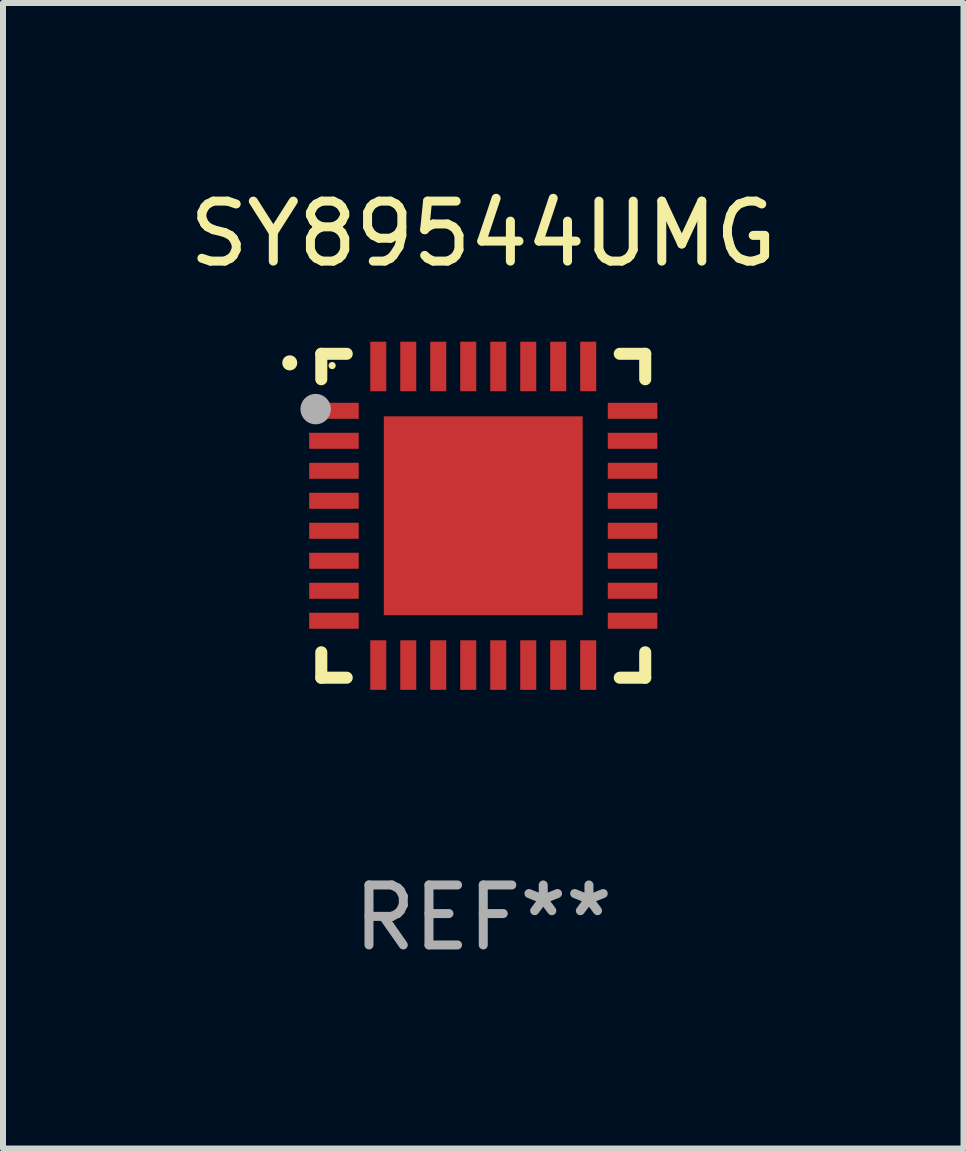
<source format=kicad_pcb>
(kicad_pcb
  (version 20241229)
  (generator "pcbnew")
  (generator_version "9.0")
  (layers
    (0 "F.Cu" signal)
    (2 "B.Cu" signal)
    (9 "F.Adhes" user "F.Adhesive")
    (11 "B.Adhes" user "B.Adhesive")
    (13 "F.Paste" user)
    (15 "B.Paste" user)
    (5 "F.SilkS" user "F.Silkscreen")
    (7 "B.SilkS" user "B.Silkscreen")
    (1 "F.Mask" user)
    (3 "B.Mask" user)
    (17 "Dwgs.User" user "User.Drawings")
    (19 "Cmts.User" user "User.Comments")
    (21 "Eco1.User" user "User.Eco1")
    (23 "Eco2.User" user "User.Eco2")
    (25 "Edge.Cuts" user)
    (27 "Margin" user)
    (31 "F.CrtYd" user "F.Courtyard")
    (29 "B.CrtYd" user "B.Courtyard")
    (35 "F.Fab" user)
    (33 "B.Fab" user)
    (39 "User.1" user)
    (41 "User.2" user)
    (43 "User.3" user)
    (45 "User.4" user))
  (footprint "SY89544UMG"
    (layer "F.Cu")
    (at 5.006 5.548)
    (property "Reference" "SY89544UMG" (at 0 -4.7 0) (layer "F.SilkS") (effects (font (size 1 1) (thickness 0.15))))
    (attr through_hole)
    (fp_line (start -2.7 -2.7) (end -2.276 -2.7) (stroke (width 0.201) (type solid)) (layer "F.SilkS"))
    (fp_line (start -2.7 -2.276) (end -2.7 -2.7) (stroke (width 0.201) (type solid)) (layer "F.SilkS"))
    (fp_line (start -2.7 2.276) (end -2.7 2.7) (stroke (width 0.201) (type solid)) (layer "F.SilkS"))
    (fp_line (start -2.7 2.7) (end -2.276 2.7) (stroke (width 0.201) (type solid)) (layer "F.SilkS"))
    (fp_line (start 2.276 2.7) (end 2.7 2.7) (stroke (width 0.201) (type solid)) (layer "F.SilkS"))
    (fp_line (start 2.7 -2.7) (end 2.276 -2.7) (stroke (width 0.201) (type solid)) (layer "F.SilkS"))
    (fp_line (start 2.7 -2.276) (end 2.7 -2.7) (stroke (width 0.201) (type solid)) (layer "F.SilkS"))
    (fp_line (start 2.7 2.7) (end 2.7 2.276) (stroke (width 0.201) (type solid)) (layer "F.SilkS"))
    (fp_arc (start -3.225806 -2.547625) (mid -3.225812 -2.548895) (end -3.225806 -2.550165) (stroke (width 0.24892) (type solid)) (layer "F.SilkS"))
    (fp_circle (center -2.519 -2.504) (end -2.489 -2.504) (stroke (width 0.06) (type solid)) (fill no) (layer "F.SilkS"))
    (fp_circle (center -2.794 -1.778) (end -2.667 -1.778) (stroke (width 0.254) (type solid)) (fill no) (layer "F.Fab"))
    (fp_text user "REF**" (at 0 6.7 0) (layer "F.Fab") (effects (font (size 1 1) (thickness 0.15))))
    (pad "1" smd rect (at -2.489 -1.75 90) (size 0.267 0.826) (layers "F.Cu" "F.Mask" "F.Paste"))
    (pad "2" smd rect (at -2.489 -1.25 90) (size 0.267 0.826) (layers "F.Cu" "F.Mask" "F.Paste"))
    (pad "3" smd rect (at -2.489 -0.75 90) (size 0.267 0.826) (layers "F.Cu" "F.Mask" "F.Paste"))
    (pad "4" smd rect (at -2.489 -0.25 90) (size 0.267 0.826) (layers "F.Cu" "F.Mask" "F.Paste"))
    (pad "5" smd rect (at -2.489 0.25 90) (size 0.267 0.826) (layers "F.Cu" "F.Mask" "F.Paste"))
    (pad "6" smd rect (at -2.489 0.75 90) (size 0.267 0.826) (layers "F.Cu" "F.Mask" "F.Paste"))
    (pad "7" smd rect (at -2.489 1.25 90) (size 0.267 0.826) (layers "F.Cu" "F.Mask" "F.Paste"))
    (pad "8" smd rect (at -2.489 1.75 90) (size 0.267 0.826) (layers "F.Cu" "F.Mask" "F.Paste"))
    (pad "9" smd rect (at -1.75 2.489) (size 0.267 0.826) (layers "F.Cu" "F.Mask" "F.Paste"))
    (pad "10" smd rect (at -1.25 2.489) (size 0.267 0.826) (layers "F.Cu" "F.Mask" "F.Paste"))
    (pad "11" smd rect (at -0.75 2.489) (size 0.267 0.826) (layers "F.Cu" "F.Mask" "F.Paste"))
    (pad "12" smd rect (at -0.25 2.489) (size 0.267 0.826) (layers "F.Cu" "F.Mask" "F.Paste"))
    (pad "13" smd rect (at 0.25 2.489) (size 0.267 0.826) (layers "F.Cu" "F.Mask" "F.Paste"))
    (pad "14" smd rect (at 0.75 2.489) (size 0.267 0.826) (layers "F.Cu" "F.Mask" "F.Paste"))
    (pad "15" smd rect (at 1.25 2.489) (size 0.267 0.826) (layers "F.Cu" "F.Mask" "F.Paste"))
    (pad "16" smd rect (at 1.75 2.489) (size 0.267 0.826) (layers "F.Cu" "F.Mask" "F.Paste"))
    (pad "17" smd rect (at 2.489 1.75 90) (size 0.267 0.826) (layers "F.Cu" "F.Mask" "F.Paste"))
    (pad "18" smd rect (at 2.489 1.25 90) (size 0.267 0.826) (layers "F.Cu" "F.Mask" "F.Paste"))
    (pad "19" smd rect (at 2.489 0.75 90) (size 0.267 0.826) (layers "F.Cu" "F.Mask" "F.Paste"))
    (pad "20" smd rect (at 2.489 0.25 90) (size 0.267 0.826) (layers "F.Cu" "F.Mask" "F.Paste"))
    (pad "21" smd rect (at 2.489 -0.25 90) (size 0.267 0.826) (layers "F.Cu" "F.Mask" "F.Paste"))
    (pad "22" smd rect (at 2.489 -0.75 90) (size 0.267 0.826) (layers "F.Cu" "F.Mask" "F.Paste"))
    (pad "23" smd rect (at 2.489 -1.25 90) (size 0.267 0.826) (layers "F.Cu" "F.Mask" "F.Paste"))
    (pad "24" smd rect (at 2.489 -1.75 90) (size 0.267 0.826) (layers "F.Cu" "F.Mask" "F.Paste"))
    (pad "25" smd rect (at 1.75 -2.489) (size 0.267 0.826) (layers "F.Cu" "F.Mask" "F.Paste"))
    (pad "26" smd rect (at 1.25 -2.489) (size 0.267 0.826) (layers "F.Cu" "F.Mask" "F.Paste"))
    (pad "27" smd rect (at 0.75 -2.489) (size 0.267 0.826) (layers "F.Cu" "F.Mask" "F.Paste"))
    (pad "28" smd rect (at 0.25 -2.489) (size 0.267 0.826) (layers "F.Cu" "F.Mask" "F.Paste"))
    (pad "29" smd rect (at -0.25 -2.489) (size 0.267 0.826) (layers "F.Cu" "F.Mask" "F.Paste"))
    (pad "30" smd rect (at -0.75 -2.489) (size 0.267 0.826) (layers "F.Cu" "F.Mask" "F.Paste"))
    (pad "31" smd rect (at -1.25 -2.489) (size 0.267 0.826) (layers "F.Cu" "F.Mask" "F.Paste"))
    (pad "32" smd rect (at -1.75 -2.489) (size 0.267 0.826) (layers "F.Cu" "F.Mask" "F.Paste"))
    (pad "33" smd rect (at 0 0) (size 3.315 3.315) (layers "F.Cu" "F.Mask" "F.Paste")))
  (gr_rect
    (start -3 -3)
    (end 13.012 16.097)
    (stroke (width 0.1) (type default))
    (fill no)
    (layer "Edge.Cuts")))
</source>
